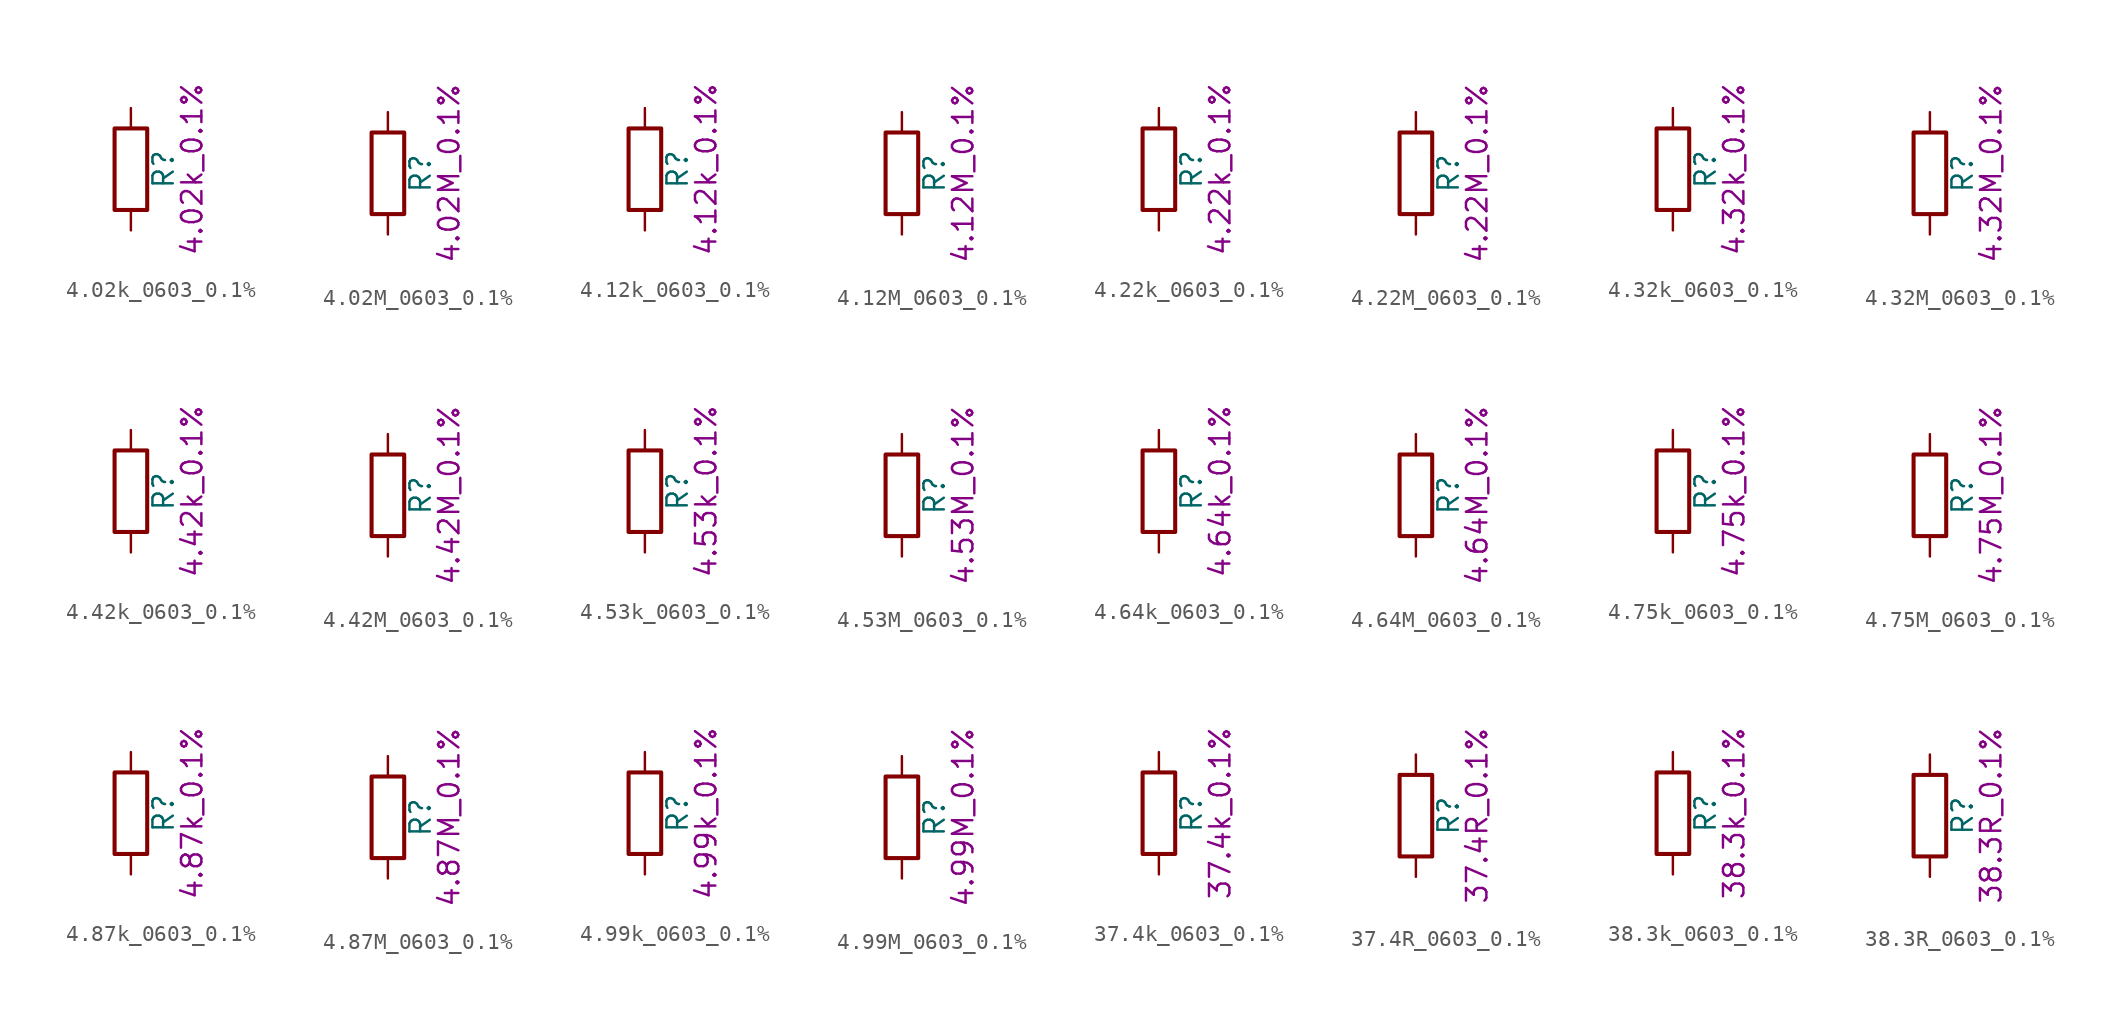
<source format=kicad_sym>
(kicad_symbol_lib
  (version 20211014)
  (generator kicad_symbol_editor)
  (symbol "4.02k_0603_0.1%"
    (pin_numbers hide)
    (pin_names
      (offset 0))
    (property "Reference" "R"
      (at 2.032 0 90)
      (effects (font (size 1.27 1.27))))
    (property "Display" "4.02k_0.1%"
      (at 3.81 0 90)
      (effects (font (size 1.27 1.27))))
    (symbol "4.02k_0603_0.1%_0_1"
      (rectangle (start -1.016 -2.54) (end 1.016 2.54) (stroke (width 0.254) (type default) (color 0 0 0 0)) (fill (type none))))
    (symbol "4.02k_0603_0.1%_1_1"
      (pin passive line (at 0 3.81 270) (length 1.27) (name "~" (effects (font (size 1.27 1.27)))) (number "1" (effects (font (size 1.27 1.27)))))
      (pin passive line (at 0 -3.81 90) (length 1.27) (name "~" (effects (font (size 1.27 1.27)))) (number "2" (effects (font (size 1.27 1.27)))))))
  (symbol "4.02M_0603_0.1%"
    (pin_numbers hide)
    (pin_names
      (offset 0))
    (property "Reference" "R"
      (at 2.032 0 90)
      (effects (font (size 1.27 1.27))))
    (property "Display" "4.02M_0.1%"
      (at 3.81 0 90)
      (effects (font (size 1.27 1.27))))
    (symbol "4.02M_0603_0.1%_0_1"
      (rectangle (start -1.016 -2.54) (end 1.016 2.54) (stroke (width 0.254) (type default) (color 0 0 0 0)) (fill (type none))))
    (symbol "4.02M_0603_0.1%_1_1"
      (pin passive line (at 0 3.81 270) (length 1.27) (name "~" (effects (font (size 1.27 1.27)))) (number "1" (effects (font (size 1.27 1.27)))))
      (pin passive line (at 0 -3.81 90) (length 1.27) (name "~" (effects (font (size 1.27 1.27)))) (number "2" (effects (font (size 1.27 1.27)))))))
  (symbol "4.12k_0603_0.1%"
    (pin_numbers hide)
    (pin_names
      (offset 0))
    (property "Reference" "R"
      (at 2.032 0 90)
      (effects (font (size 1.27 1.27))))
    (property "Display" "4.12k_0.1%"
      (at 3.81 0 90)
      (effects (font (size 1.27 1.27))))
    (symbol "4.12k_0603_0.1%_0_1"
      (rectangle (start -1.016 -2.54) (end 1.016 2.54) (stroke (width 0.254) (type default) (color 0 0 0 0)) (fill (type none))))
    (symbol "4.12k_0603_0.1%_1_1"
      (pin passive line (at 0 3.81 270) (length 1.27) (name "~" (effects (font (size 1.27 1.27)))) (number "1" (effects (font (size 1.27 1.27)))))
      (pin passive line (at 0 -3.81 90) (length 1.27) (name "~" (effects (font (size 1.27 1.27)))) (number "2" (effects (font (size 1.27 1.27)))))))
  (symbol "4.12M_0603_0.1%"
    (pin_numbers hide)
    (pin_names
      (offset 0))
    (property "Reference" "R"
      (at 2.032 0 90)
      (effects (font (size 1.27 1.27))))
    (property "Display" "4.12M_0.1%"
      (at 3.81 0 90)
      (effects (font (size 1.27 1.27))))
    (symbol "4.12M_0603_0.1%_0_1"
      (rectangle (start -1.016 -2.54) (end 1.016 2.54) (stroke (width 0.254) (type default) (color 0 0 0 0)) (fill (type none))))
    (symbol "4.12M_0603_0.1%_1_1"
      (pin passive line (at 0 3.81 270) (length 1.27) (name "~" (effects (font (size 1.27 1.27)))) (number "1" (effects (font (size 1.27 1.27)))))
      (pin passive line (at 0 -3.81 90) (length 1.27) (name "~" (effects (font (size 1.27 1.27)))) (number "2" (effects (font (size 1.27 1.27)))))))
  (symbol "4.22k_0603_0.1%"
    (pin_numbers hide)
    (pin_names
      (offset 0))
    (property "Reference" "R"
      (at 2.032 0 90)
      (effects (font (size 1.27 1.27))))
    (property "Display" "4.22k_0.1%"
      (at 3.81 0 90)
      (effects (font (size 1.27 1.27))))
    (symbol "4.22k_0603_0.1%_0_1"
      (rectangle (start -1.016 -2.54) (end 1.016 2.54) (stroke (width 0.254) (type default) (color 0 0 0 0)) (fill (type none))))
    (symbol "4.22k_0603_0.1%_1_1"
      (pin passive line (at 0 3.81 270) (length 1.27) (name "~" (effects (font (size 1.27 1.27)))) (number "1" (effects (font (size 1.27 1.27)))))
      (pin passive line (at 0 -3.81 90) (length 1.27) (name "~" (effects (font (size 1.27 1.27)))) (number "2" (effects (font (size 1.27 1.27)))))))
  (symbol "4.22M_0603_0.1%"
    (pin_numbers hide)
    (pin_names
      (offset 0))
    (property "Reference" "R"
      (at 2.032 0 90)
      (effects (font (size 1.27 1.27))))
    (property "Display" "4.22M_0.1%"
      (at 3.81 0 90)
      (effects (font (size 1.27 1.27))))
    (symbol "4.22M_0603_0.1%_0_1"
      (rectangle (start -1.016 -2.54) (end 1.016 2.54) (stroke (width 0.254) (type default) (color 0 0 0 0)) (fill (type none))))
    (symbol "4.22M_0603_0.1%_1_1"
      (pin passive line (at 0 3.81 270) (length 1.27) (name "~" (effects (font (size 1.27 1.27)))) (number "1" (effects (font (size 1.27 1.27)))))
      (pin passive line (at 0 -3.81 90) (length 1.27) (name "~" (effects (font (size 1.27 1.27)))) (number "2" (effects (font (size 1.27 1.27)))))))
  (symbol "4.32k_0603_0.1%"
    (pin_numbers hide)
    (pin_names
      (offset 0))
    (property "Reference" "R"
      (at 2.032 0 90)
      (effects (font (size 1.27 1.27))))
    (property "Display" "4.32k_0.1%"
      (at 3.81 0 90)
      (effects (font (size 1.27 1.27))))
    (symbol "4.32k_0603_0.1%_0_1"
      (rectangle (start -1.016 -2.54) (end 1.016 2.54) (stroke (width 0.254) (type default) (color 0 0 0 0)) (fill (type none))))
    (symbol "4.32k_0603_0.1%_1_1"
      (pin passive line (at 0 3.81 270) (length 1.27) (name "~" (effects (font (size 1.27 1.27)))) (number "1" (effects (font (size 1.27 1.27)))))
      (pin passive line (at 0 -3.81 90) (length 1.27) (name "~" (effects (font (size 1.27 1.27)))) (number "2" (effects (font (size 1.27 1.27)))))))
  (symbol "4.32M_0603_0.1%"
    (pin_numbers hide)
    (pin_names
      (offset 0))
    (property "Reference" "R"
      (at 2.032 0 90)
      (effects (font (size 1.27 1.27))))
    (property "Display" "4.32M_0.1%"
      (at 3.81 0 90)
      (effects (font (size 1.27 1.27))))
    (symbol "4.32M_0603_0.1%_0_1"
      (rectangle (start -1.016 -2.54) (end 1.016 2.54) (stroke (width 0.254) (type default) (color 0 0 0 0)) (fill (type none))))
    (symbol "4.32M_0603_0.1%_1_1"
      (pin passive line (at 0 3.81 270) (length 1.27) (name "~" (effects (font (size 1.27 1.27)))) (number "1" (effects (font (size 1.27 1.27)))))
      (pin passive line (at 0 -3.81 90) (length 1.27) (name "~" (effects (font (size 1.27 1.27)))) (number "2" (effects (font (size 1.27 1.27)))))))
  (symbol "4.42k_0603_0.1%"
    (pin_numbers hide)
    (pin_names
      (offset 0))
    (property "Reference" "R"
      (at 2.032 0 90)
      (effects (font (size 1.27 1.27))))
    (property "Display" "4.42k_0.1%"
      (at 3.81 0 90)
      (effects (font (size 1.27 1.27))))
    (symbol "4.42k_0603_0.1%_0_1"
      (rectangle (start -1.016 -2.54) (end 1.016 2.54) (stroke (width 0.254) (type default) (color 0 0 0 0)) (fill (type none))))
    (symbol "4.42k_0603_0.1%_1_1"
      (pin passive line (at 0 3.81 270) (length 1.27) (name "~" (effects (font (size 1.27 1.27)))) (number "1" (effects (font (size 1.27 1.27)))))
      (pin passive line (at 0 -3.81 90) (length 1.27) (name "~" (effects (font (size 1.27 1.27)))) (number "2" (effects (font (size 1.27 1.27)))))))
  (symbol "4.42M_0603_0.1%"
    (pin_numbers hide)
    (pin_names
      (offset 0))
    (property "Reference" "R"
      (at 2.032 0 90)
      (effects (font (size 1.27 1.27))))
    (property "Display" "4.42M_0.1%"
      (at 3.81 0 90)
      (effects (font (size 1.27 1.27))))
    (symbol "4.42M_0603_0.1%_0_1"
      (rectangle (start -1.016 -2.54) (end 1.016 2.54) (stroke (width 0.254) (type default) (color 0 0 0 0)) (fill (type none))))
    (symbol "4.42M_0603_0.1%_1_1"
      (pin passive line (at 0 3.81 270) (length 1.27) (name "~" (effects (font (size 1.27 1.27)))) (number "1" (effects (font (size 1.27 1.27)))))
      (pin passive line (at 0 -3.81 90) (length 1.27) (name "~" (effects (font (size 1.27 1.27)))) (number "2" (effects (font (size 1.27 1.27)))))))
  (symbol "4.53k_0603_0.1%"
    (pin_numbers hide)
    (pin_names
      (offset 0))
    (property "Reference" "R"
      (at 2.032 0 90)
      (effects (font (size 1.27 1.27))))
    (property "Display" "4.53k_0.1%"
      (at 3.81 0 90)
      (effects (font (size 1.27 1.27))))
    (symbol "4.53k_0603_0.1%_0_1"
      (rectangle (start -1.016 -2.54) (end 1.016 2.54) (stroke (width 0.254) (type default) (color 0 0 0 0)) (fill (type none))))
    (symbol "4.53k_0603_0.1%_1_1"
      (pin passive line (at 0 3.81 270) (length 1.27) (name "~" (effects (font (size 1.27 1.27)))) (number "1" (effects (font (size 1.27 1.27)))))
      (pin passive line (at 0 -3.81 90) (length 1.27) (name "~" (effects (font (size 1.27 1.27)))) (number "2" (effects (font (size 1.27 1.27)))))))
  (symbol "4.53M_0603_0.1%"
    (pin_numbers hide)
    (pin_names
      (offset 0))
    (property "Reference" "R"
      (at 2.032 0 90)
      (effects (font (size 1.27 1.27))))
    (property "Display" "4.53M_0.1%"
      (at 3.81 0 90)
      (effects (font (size 1.27 1.27))))
    (symbol "4.53M_0603_0.1%_0_1"
      (rectangle (start -1.016 -2.54) (end 1.016 2.54) (stroke (width 0.254) (type default) (color 0 0 0 0)) (fill (type none))))
    (symbol "4.53M_0603_0.1%_1_1"
      (pin passive line (at 0 3.81 270) (length 1.27) (name "~" (effects (font (size 1.27 1.27)))) (number "1" (effects (font (size 1.27 1.27)))))
      (pin passive line (at 0 -3.81 90) (length 1.27) (name "~" (effects (font (size 1.27 1.27)))) (number "2" (effects (font (size 1.27 1.27)))))))
  (symbol "4.64k_0603_0.1%"
    (pin_numbers hide)
    (pin_names
      (offset 0))
    (property "Reference" "R"
      (at 2.032 0 90)
      (effects (font (size 1.27 1.27))))
    (property "Display" "4.64k_0.1%"
      (at 3.81 0 90)
      (effects (font (size 1.27 1.27))))
    (symbol "4.64k_0603_0.1%_0_1"
      (rectangle (start -1.016 -2.54) (end 1.016 2.54) (stroke (width 0.254) (type default) (color 0 0 0 0)) (fill (type none))))
    (symbol "4.64k_0603_0.1%_1_1"
      (pin passive line (at 0 3.81 270) (length 1.27) (name "~" (effects (font (size 1.27 1.27)))) (number "1" (effects (font (size 1.27 1.27)))))
      (pin passive line (at 0 -3.81 90) (length 1.27) (name "~" (effects (font (size 1.27 1.27)))) (number "2" (effects (font (size 1.27 1.27)))))))
  (symbol "4.64M_0603_0.1%"
    (pin_numbers hide)
    (pin_names
      (offset 0))
    (property "Reference" "R"
      (at 2.032 0 90)
      (effects (font (size 1.27 1.27))))
    (property "Display" "4.64M_0.1%"
      (at 3.81 0 90)
      (effects (font (size 1.27 1.27))))
    (symbol "4.64M_0603_0.1%_0_1"
      (rectangle (start -1.016 -2.54) (end 1.016 2.54) (stroke (width 0.254) (type default) (color 0 0 0 0)) (fill (type none))))
    (symbol "4.64M_0603_0.1%_1_1"
      (pin passive line (at 0 3.81 270) (length 1.27) (name "~" (effects (font (size 1.27 1.27)))) (number "1" (effects (font (size 1.27 1.27)))))
      (pin passive line (at 0 -3.81 90) (length 1.27) (name "~" (effects (font (size 1.27 1.27)))) (number "2" (effects (font (size 1.27 1.27)))))))
  (symbol "4.75k_0603_0.1%"
    (pin_numbers hide)
    (pin_names
      (offset 0))
    (property "Reference" "R"
      (at 2.032 0 90)
      (effects (font (size 1.27 1.27))))
    (property "Display" "4.75k_0.1%"
      (at 3.81 0 90)
      (effects (font (size 1.27 1.27))))
    (symbol "4.75k_0603_0.1%_0_1"
      (rectangle (start -1.016 -2.54) (end 1.016 2.54) (stroke (width 0.254) (type default) (color 0 0 0 0)) (fill (type none))))
    (symbol "4.75k_0603_0.1%_1_1"
      (pin passive line (at 0 3.81 270) (length 1.27) (name "~" (effects (font (size 1.27 1.27)))) (number "1" (effects (font (size 1.27 1.27)))))
      (pin passive line (at 0 -3.81 90) (length 1.27) (name "~" (effects (font (size 1.27 1.27)))) (number "2" (effects (font (size 1.27 1.27)))))))
  (symbol "4.75M_0603_0.1%"
    (pin_numbers hide)
    (pin_names
      (offset 0))
    (property "Reference" "R"
      (at 2.032 0 90)
      (effects (font (size 1.27 1.27))))
    (property "Display" "4.75M_0.1%"
      (at 3.81 0 90)
      (effects (font (size 1.27 1.27))))
    (symbol "4.75M_0603_0.1%_0_1"
      (rectangle (start -1.016 -2.54) (end 1.016 2.54) (stroke (width 0.254) (type default) (color 0 0 0 0)) (fill (type none))))
    (symbol "4.75M_0603_0.1%_1_1"
      (pin passive line (at 0 3.81 270) (length 1.27) (name "~" (effects (font (size 1.27 1.27)))) (number "1" (effects (font (size 1.27 1.27)))))
      (pin passive line (at 0 -3.81 90) (length 1.27) (name "~" (effects (font (size 1.27 1.27)))) (number "2" (effects (font (size 1.27 1.27)))))))
  (symbol "4.87k_0603_0.1%"
    (pin_numbers hide)
    (pin_names
      (offset 0))
    (property "Reference" "R"
      (at 2.032 0 90)
      (effects (font (size 1.27 1.27))))
    (property "Display" "4.87k_0.1%"
      (at 3.81 0 90)
      (effects (font (size 1.27 1.27))))
    (symbol "4.87k_0603_0.1%_0_1"
      (rectangle (start -1.016 -2.54) (end 1.016 2.54) (stroke (width 0.254) (type default) (color 0 0 0 0)) (fill (type none))))
    (symbol "4.87k_0603_0.1%_1_1"
      (pin passive line (at 0 3.81 270) (length 1.27) (name "~" (effects (font (size 1.27 1.27)))) (number "1" (effects (font (size 1.27 1.27)))))
      (pin passive line (at 0 -3.81 90) (length 1.27) (name "~" (effects (font (size 1.27 1.27)))) (number "2" (effects (font (size 1.27 1.27)))))))
  (symbol "4.87M_0603_0.1%"
    (pin_numbers hide)
    (pin_names
      (offset 0))
    (property "Reference" "R"
      (at 2.032 0 90)
      (effects (font (size 1.27 1.27))))
    (property "Display" "4.87M_0.1%"
      (at 3.81 0 90)
      (effects (font (size 1.27 1.27))))
    (symbol "4.87M_0603_0.1%_0_1"
      (rectangle (start -1.016 -2.54) (end 1.016 2.54) (stroke (width 0.254) (type default) (color 0 0 0 0)) (fill (type none))))
    (symbol "4.87M_0603_0.1%_1_1"
      (pin passive line (at 0 3.81 270) (length 1.27) (name "~" (effects (font (size 1.27 1.27)))) (number "1" (effects (font (size 1.27 1.27)))))
      (pin passive line (at 0 -3.81 90) (length 1.27) (name "~" (effects (font (size 1.27 1.27)))) (number "2" (effects (font (size 1.27 1.27)))))))
  (symbol "4.99k_0603_0.1%"
    (pin_numbers hide)
    (pin_names
      (offset 0))
    (property "Reference" "R"
      (at 2.032 0 90)
      (effects (font (size 1.27 1.27))))
    (property "Display" "4.99k_0.1%"
      (at 3.81 0 90)
      (effects (font (size 1.27 1.27))))
    (symbol "4.99k_0603_0.1%_0_1"
      (rectangle (start -1.016 -2.54) (end 1.016 2.54) (stroke (width 0.254) (type default) (color 0 0 0 0)) (fill (type none))))
    (symbol "4.99k_0603_0.1%_1_1"
      (pin passive line (at 0 3.81 270) (length 1.27) (name "~" (effects (font (size 1.27 1.27)))) (number "1" (effects (font (size 1.27 1.27)))))
      (pin passive line (at 0 -3.81 90) (length 1.27) (name "~" (effects (font (size 1.27 1.27)))) (number "2" (effects (font (size 1.27 1.27)))))))
  (symbol "4.99M_0603_0.1%"
    (pin_numbers hide)
    (pin_names
      (offset 0))
    (property "Reference" "R"
      (at 2.032 0 90)
      (effects (font (size 1.27 1.27))))
    (property "Display" "4.99M_0.1%"
      (at 3.81 0 90)
      (effects (font (size 1.27 1.27))))
    (symbol "4.99M_0603_0.1%_0_1"
      (rectangle (start -1.016 -2.54) (end 1.016 2.54) (stroke (width 0.254) (type default) (color 0 0 0 0)) (fill (type none))))
    (symbol "4.99M_0603_0.1%_1_1"
      (pin passive line (at 0 3.81 270) (length 1.27) (name "~" (effects (font (size 1.27 1.27)))) (number "1" (effects (font (size 1.27 1.27)))))
      (pin passive line (at 0 -3.81 90) (length 1.27) (name "~" (effects (font (size 1.27 1.27)))) (number "2" (effects (font (size 1.27 1.27)))))))
  (symbol "37.4k_0603_0.1%"
    (pin_numbers hide)
    (pin_names
      (offset 0))
    (property "Reference" "R"
      (at 2.032 0 90)
      (effects (font (size 1.27 1.27))))
    (property "Display" "37.4k_0.1%"
      (at 3.81 0 90)
      (effects (font (size 1.27 1.27))))
    (symbol "37.4k_0603_0.1%_0_1"
      (rectangle (start -1.016 -2.54) (end 1.016 2.54) (stroke (width 0.254) (type default) (color 0 0 0 0)) (fill (type none))))
    (symbol "37.4k_0603_0.1%_1_1"
      (pin passive line (at 0 3.81 270) (length 1.27) (name "~" (effects (font (size 1.27 1.27)))) (number "1" (effects (font (size 1.27 1.27)))))
      (pin passive line (at 0 -3.81 90) (length 1.27) (name "~" (effects (font (size 1.27 1.27)))) (number "2" (effects (font (size 1.27 1.27)))))))
  (symbol "37.4R_0603_0.1%"
    (pin_numbers hide)
    (pin_names
      (offset 0))
    (property "Reference" "R"
      (at 2.032 0 90)
      (effects (font (size 1.27 1.27))))
    (property "Display" "37.4R_0.1%"
      (at 3.81 0 90)
      (effects (font (size 1.27 1.27))))
    (symbol "37.4R_0603_0.1%_0_1"
      (rectangle (start -1.016 -2.54) (end 1.016 2.54) (stroke (width 0.254) (type default) (color 0 0 0 0)) (fill (type none))))
    (symbol "37.4R_0603_0.1%_1_1"
      (pin passive line (at 0 3.81 270) (length 1.27) (name "~" (effects (font (size 1.27 1.27)))) (number "1" (effects (font (size 1.27 1.27)))))
      (pin passive line (at 0 -3.81 90) (length 1.27) (name "~" (effects (font (size 1.27 1.27)))) (number "2" (effects (font (size 1.27 1.27)))))))
  (symbol "38.3k_0603_0.1%"
    (pin_numbers hide)
    (pin_names
      (offset 0))
    (property "Reference" "R"
      (at 2.032 0 90)
      (effects (font (size 1.27 1.27))))
    (property "Display" "38.3k_0.1%"
      (at 3.81 0 90)
      (effects (font (size 1.27 1.27))))
    (symbol "38.3k_0603_0.1%_0_1"
      (rectangle (start -1.016 -2.54) (end 1.016 2.54) (stroke (width 0.254) (type default) (color 0 0 0 0)) (fill (type none))))
    (symbol "38.3k_0603_0.1%_1_1"
      (pin passive line (at 0 3.81 270) (length 1.27) (name "~" (effects (font (size 1.27 1.27)))) (number "1" (effects (font (size 1.27 1.27)))))
      (pin passive line (at 0 -3.81 90) (length 1.27) (name "~" (effects (font (size 1.27 1.27)))) (number "2" (effects (font (size 1.27 1.27)))))))
  (symbol "38.3R_0603_0.1%"
    (pin_numbers hide)
    (pin_names
      (offset 0))
    (property "Reference" "R"
      (at 2.032 0 90)
      (effects (font (size 1.27 1.27))))
    (property "Display" "38.3R_0.1%"
      (at 3.81 0 90)
      (effects (font (size 1.27 1.27))))
    (symbol "38.3R_0603_0.1%_0_1"
      (rectangle (start -1.016 -2.54) (end 1.016 2.54) (stroke (width 0.254) (type default) (color 0 0 0 0)) (fill (type none))))
    (symbol "38.3R_0603_0.1%_1_1"
      (pin passive line (at 0 3.81 270) (length 1.27) (name "~" (effects (font (size 1.27 1.27)))) (number "1" (effects (font (size 1.27 1.27)))))
      (pin passive line (at 0 -3.81 90) (length 1.27) (name "~" (effects (font (size 1.27 1.27)))) (number "2" (effects (font (size 1.27 1.27))))))))
</source>
